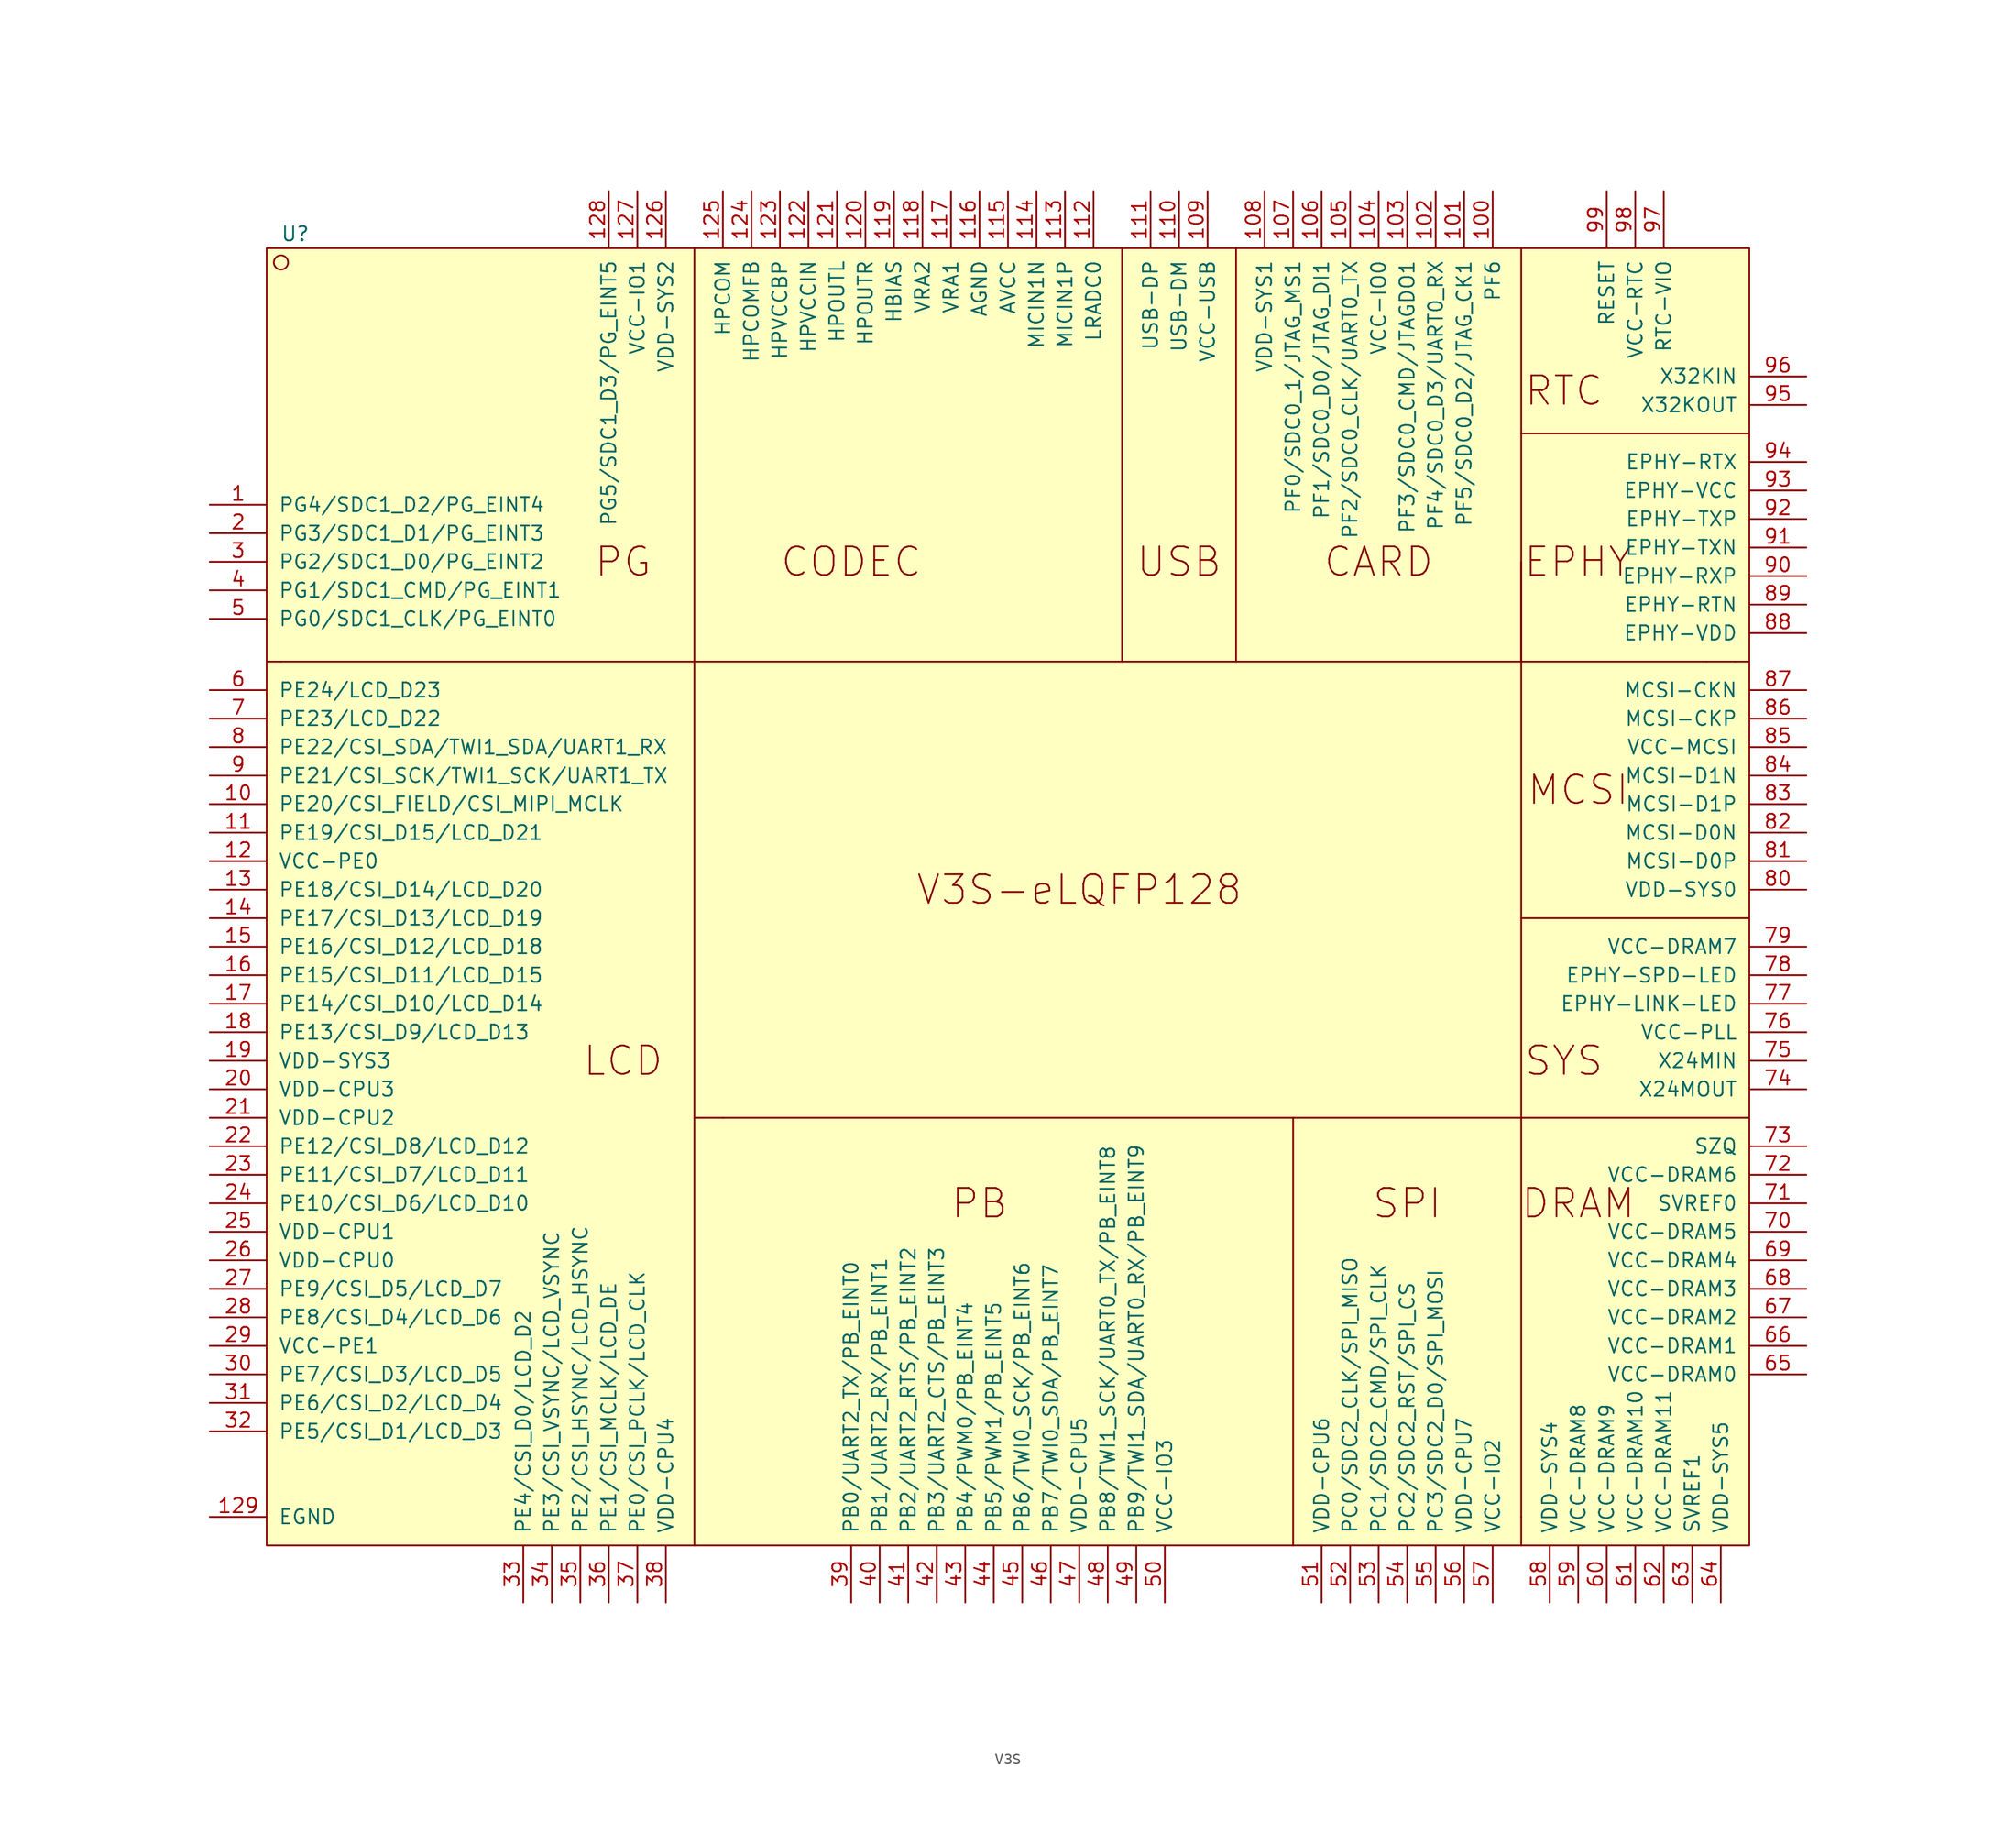
<source format=kicad_sym>
(kicad_symbol_lib
  (version 20201005)
  (generator kicad_symbol_editor)
  (symbol "xfdr0805:V3S"
    (pin_names
      (offset 1.016))
    (property "Reference" "U"
      (at -63.5 60.96 0)
      (effects (font (size 1.27 1.27))))
    (symbol "V3S_0_0"
      (text "CARD" (at 33.02 31.75 0) (effects (font (size 2.54 2.54))))
      (text "CODEC" (at -13.97 31.75 0) (effects (font (size 2.54 2.54))))
      (text "DRAM" (at 50.8 -25.4 0) (effects (font (size 2.54 2.54))))
      (text "EPHY" (at 50.8 31.75 0) (effects (font (size 2.54 2.54))))
      (text "LCD" (at -34.29 -12.7 0) (effects (font (size 2.54 2.54))))
      (text "MCSI" (at 50.8 11.43 0) (effects (font (size 2.54 2.54))))
      (text "PB" (at -2.54 -25.4 0) (effects (font (size 2.54 2.54))))
      (text "PG" (at -34.29 31.75 0) (effects (font (size 2.54 2.54))))
      (text "RTC" (at 49.53 46.99 0) (effects (font (size 2.54 2.54))))
      (text "SPI" (at 35.56 -25.4 0) (effects (font (size 2.54 2.54))))
      (text "SYS" (at 49.53 -12.7 0) (effects (font (size 2.54 2.54))))
      (text "USB" (at 15.24 31.75 0) (effects (font (size 2.54 2.54))))
      (text "V3S-eLQFP128" (at 6.35 2.54 0) (effects (font (size 2.54 2.54))))
      (polyline (pts (xy -64.77 22.86) (xy -66.04 22.86)) (stroke (width 0)) (fill (type none)))
      (polyline (pts (xy -64.77 22.86) (xy 62.23 22.86)) (stroke (width 0)) (fill (type none)))
      (polyline (pts (xy -27.94 -55.88) (xy -27.94 59.69)) (stroke (width 0)) (fill (type none)))
      (polyline (pts (xy -25.4 -17.78) (xy -27.94 -17.78)) (stroke (width 0)) (fill (type none)))
      (polyline (pts (xy 10.16 59.69) (xy 10.16 22.86)) (stroke (width 0)) (fill (type none)))
      (polyline (pts (xy 20.32 59.69) (xy 20.32 22.86)) (stroke (width 0)) (fill (type none)))
      (polyline (pts (xy 45.72 -17.78) (xy -25.4 -17.78)) (stroke (width 0)) (fill (type none)))
      (polyline (pts (xy 45.72 59.69) (xy 45.72 22.86)) (stroke (width 0)) (fill (type none)))
      (polyline (pts (xy 62.23 22.86) (xy 64.77 22.86)) (stroke (width 0)) (fill (type none))))
    (symbol "V3S_0_1"
      (circle (center -64.77 58.42) (radius 0.635) (stroke (width 0)) (fill (type none)))
      (rectangle (start -66.04 59.69) (end 66.04 -55.88) (stroke (width 0)) (fill (type background)))
      (polyline (pts (xy 25.4 -55.88) (xy 25.4 -17.78)) (stroke (width 0)) (fill (type none)))
      (polyline (pts (xy 45.72 -53.34) (xy 45.72 -55.88)) (stroke (width 0)) (fill (type none)))
      (polyline (pts (xy 45.72 31.75) (xy 45.72 -53.34)) (stroke (width 0)) (fill (type none)))
      (polyline (pts (xy 64.77 22.86) (xy 66.04 22.86)) (stroke (width 0)) (fill (type none)))
      (polyline (pts (xy 66.04 -17.78) (xy 45.72 -17.78)) (stroke (width 0)) (fill (type none)))
      (polyline (pts (xy 66.04 0) (xy 45.72 0)) (stroke (width 0)) (fill (type none)))
      (polyline (pts (xy 66.04 43.18) (xy 45.72 43.18)) (stroke (width 0)) (fill (type none))))
    (symbol "V3S_1_1"
      (pin bidirectional line (at -71.12 36.83 0) (length 5.08) (name "PG4/SDC1_D2/PG_EINT4" (effects (font (size 1.27 1.27)))) (number "1" (effects (font (size 1.27 1.27)))))
      (pin bidirectional line (at -71.12 10.16 0) (length 5.08) (name "PE20/CSI_FIELD/CSI_MIPI_MCLK" (effects (font (size 1.27 1.27)))) (number "10" (effects (font (size 1.27 1.27)))))
      (pin bidirectional line (at 43.18 64.77 270) (length 5.08) (name "PF6" (effects (font (size 1.27 1.27)))) (number "100" (effects (font (size 1.27 1.27)))))
      (pin bidirectional line (at 40.64 64.77 270) (length 5.08) (name "PF5/SDC0_D2/JTAG_CK1" (effects (font (size 1.27 1.27)))) (number "101" (effects (font (size 1.27 1.27)))))
      (pin bidirectional line (at 38.1 64.77 270) (length 5.08) (name "PF4/SDC0_D3/UART0_RX" (effects (font (size 1.27 1.27)))) (number "102" (effects (font (size 1.27 1.27)))))
      (pin bidirectional line (at 35.56 64.77 270) (length 5.08) (name "PF3/SDC0_CMD/JTAGDO1" (effects (font (size 1.27 1.27)))) (number "103" (effects (font (size 1.27 1.27)))))
      (pin power_in line (at 33.02 64.77 270) (length 5.08) (name "VCC-IO0" (effects (font (size 1.27 1.27)))) (number "104" (effects (font (size 1.27 1.27)))))
      (pin bidirectional line (at 30.48 64.77 270) (length 5.08) (name "PF2/SDC0_CLK/UART0_TX" (effects (font (size 1.27 1.27)))) (number "105" (effects (font (size 1.27 1.27)))))
      (pin bidirectional line (at 27.94 64.77 270) (length 5.08) (name "PF1/SDC0_D0/JTAG_DI1" (effects (font (size 1.27 1.27)))) (number "106" (effects (font (size 1.27 1.27)))))
      (pin bidirectional line (at 25.4 64.77 270) (length 5.08) (name "PF0/SDC0_1/JTAG_MS1" (effects (font (size 1.27 1.27)))) (number "107" (effects (font (size 1.27 1.27)))))
      (pin power_in line (at 22.86 64.77 270) (length 5.08) (name "VDD-SYS1" (effects (font (size 1.27 1.27)))) (number "108" (effects (font (size 1.27 1.27)))))
      (pin power_in line (at 17.78 64.77 270) (length 5.08) (name "VCC-USB" (effects (font (size 1.27 1.27)))) (number "109" (effects (font (size 1.27 1.27)))))
      (pin bidirectional line (at -71.12 7.62 0) (length 5.08) (name "PE19/CSI_D15/LCD_D21" (effects (font (size 1.27 1.27)))) (number "11" (effects (font (size 1.27 1.27)))))
      (pin bidirectional line (at 15.24 64.77 270) (length 5.08) (name "USB-DM" (effects (font (size 1.27 1.27)))) (number "110" (effects (font (size 1.27 1.27)))))
      (pin bidirectional line (at 12.7 64.77 270) (length 5.08) (name "USB-DP" (effects (font (size 1.27 1.27)))) (number "111" (effects (font (size 1.27 1.27)))))
      (pin input line (at 7.62 64.77 270) (length 5.08) (name "LRADC0" (effects (font (size 1.27 1.27)))) (number "112" (effects (font (size 1.27 1.27)))))
      (pin input line (at 5.08 64.77 270) (length 5.08) (name "MICIN1P" (effects (font (size 1.27 1.27)))) (number "113" (effects (font (size 1.27 1.27)))))
      (pin input line (at 2.54 64.77 270) (length 5.08) (name "MICIN1N" (effects (font (size 1.27 1.27)))) (number "114" (effects (font (size 1.27 1.27)))))
      (pin power_in line (at 0 64.77 270) (length 5.08) (name "AVCC" (effects (font (size 1.27 1.27)))) (number "115" (effects (font (size 1.27 1.27)))))
      (pin power_in line (at -2.54 64.77 270) (length 5.08) (name "AGND" (effects (font (size 1.27 1.27)))) (number "116" (effects (font (size 1.27 1.27)))))
      (pin power_in line (at -5.08 64.77 270) (length 5.08) (name "VRA1" (effects (font (size 1.27 1.27)))) (number "117" (effects (font (size 1.27 1.27)))))
      (pin power_in line (at -7.62 64.77 270) (length 5.08) (name "VRA2" (effects (font (size 1.27 1.27)))) (number "118" (effects (font (size 1.27 1.27)))))
      (pin power_in line (at -10.16 64.77 270) (length 5.08) (name "HBIAS" (effects (font (size 1.27 1.27)))) (number "119" (effects (font (size 1.27 1.27)))))
      (pin power_in line (at -71.12 5.08 0) (length 5.08) (name "VCC-PE0" (effects (font (size 1.27 1.27)))) (number "12" (effects (font (size 1.27 1.27)))))
      (pin output line (at -12.7 64.77 270) (length 5.08) (name "HPOUTR" (effects (font (size 1.27 1.27)))) (number "120" (effects (font (size 1.27 1.27)))))
      (pin output line (at -15.24 64.77 270) (length 5.08) (name "HPOUTL" (effects (font (size 1.27 1.27)))) (number "121" (effects (font (size 1.27 1.27)))))
      (pin power_in line (at -17.78 64.77 270) (length 5.08) (name "HPVCCIN" (effects (font (size 1.27 1.27)))) (number "122" (effects (font (size 1.27 1.27)))))
      (pin power_in line (at -20.32 64.77 270) (length 5.08) (name "HPVCCBP" (effects (font (size 1.27 1.27)))) (number "123" (effects (font (size 1.27 1.27)))))
      (pin power_in line (at -22.86 64.77 270) (length 5.08) (name "HPCOMFB" (effects (font (size 1.27 1.27)))) (number "124" (effects (font (size 1.27 1.27)))))
      (pin power_in line (at -25.4 64.77 270) (length 5.08) (name "HPCOM" (effects (font (size 1.27 1.27)))) (number "125" (effects (font (size 1.27 1.27)))))
      (pin power_in line (at -30.48 64.77 270) (length 5.08) (name "VDD-SYS2" (effects (font (size 1.27 1.27)))) (number "126" (effects (font (size 1.27 1.27)))))
      (pin power_in line (at -33.02 64.77 270) (length 5.08) (name "VCC-IO1" (effects (font (size 1.27 1.27)))) (number "127" (effects (font (size 1.27 1.27)))))
      (pin bidirectional line (at -35.56 64.77 270) (length 5.08) (name "PG5/SDC1_D3/PG_EINT5" (effects (font (size 1.27 1.27)))) (number "128" (effects (font (size 1.27 1.27)))))
      (pin power_in line (at -71.12 -53.34 0) (length 5.08) (name "EGND" (effects (font (size 1.27 1.27)))) (number "129" (effects (font (size 1.27 1.27)))))
      (pin bidirectional line (at -71.12 2.54 0) (length 5.08) (name "PE18/CSI_D14/LCD_D20" (effects (font (size 1.27 1.27)))) (number "13" (effects (font (size 1.27 1.27)))))
      (pin bidirectional line (at -71.12 0 0) (length 5.08) (name "PE17/CSI_D13/LCD_D19" (effects (font (size 1.27 1.27)))) (number "14" (effects (font (size 1.27 1.27)))))
      (pin bidirectional line (at -71.12 -2.54 0) (length 5.08) (name "PE16/CSI_D12/LCD_D18" (effects (font (size 1.27 1.27)))) (number "15" (effects (font (size 1.27 1.27)))))
      (pin bidirectional line (at -71.12 -5.08 0) (length 5.08) (name "PE15/CSI_D11/LCD_D15" (effects (font (size 1.27 1.27)))) (number "16" (effects (font (size 1.27 1.27)))))
      (pin bidirectional line (at -71.12 -7.62 0) (length 5.08) (name "PE14/CSI_D10/LCD_D14" (effects (font (size 1.27 1.27)))) (number "17" (effects (font (size 1.27 1.27)))))
      (pin bidirectional line (at -71.12 -10.16 0) (length 5.08) (name "PE13/CSI_D9/LCD_D13" (effects (font (size 1.27 1.27)))) (number "18" (effects (font (size 1.27 1.27)))))
      (pin power_in line (at -71.12 -12.7 0) (length 5.08) (name "VDD-SYS3" (effects (font (size 1.27 1.27)))) (number "19" (effects (font (size 1.27 1.27)))))
      (pin bidirectional line (at -71.12 34.29 0) (length 5.08) (name "PG3/SDC1_D1/PG_EINT3" (effects (font (size 1.27 1.27)))) (number "2" (effects (font (size 1.27 1.27)))))
      (pin power_in line (at -71.12 -15.24 0) (length 5.08) (name "VDD-CPU3" (effects (font (size 1.27 1.27)))) (number "20" (effects (font (size 1.27 1.27)))))
      (pin power_in line (at -71.12 -17.78 0) (length 5.08) (name "VDD-CPU2" (effects (font (size 1.27 1.27)))) (number "21" (effects (font (size 1.27 1.27)))))
      (pin bidirectional line (at -71.12 -20.32 0) (length 5.08) (name "PE12/CSI_D8/LCD_D12" (effects (font (size 1.27 1.27)))) (number "22" (effects (font (size 1.27 1.27)))))
      (pin bidirectional line (at -71.12 -22.86 0) (length 5.08) (name "PE11/CSI_D7/LCD_D11" (effects (font (size 1.27 1.27)))) (number "23" (effects (font (size 1.27 1.27)))))
      (pin bidirectional line (at -71.12 -25.4 0) (length 5.08) (name "PE10/CSI_D6/LCD_D10" (effects (font (size 1.27 1.27)))) (number "24" (effects (font (size 1.27 1.27)))))
      (pin power_in line (at -71.12 -27.94 0) (length 5.08) (name "VDD-CPU1" (effects (font (size 1.27 1.27)))) (number "25" (effects (font (size 1.27 1.27)))))
      (pin power_in line (at -71.12 -30.48 0) (length 5.08) (name "VDD-CPU0" (effects (font (size 1.27 1.27)))) (number "26" (effects (font (size 1.27 1.27)))))
      (pin bidirectional line (at -71.12 -33.02 0) (length 5.08) (name "PE9/CSI_D5/LCD_D7" (effects (font (size 1.27 1.27)))) (number "27" (effects (font (size 1.27 1.27)))))
      (pin bidirectional line (at -71.12 -35.56 0) (length 5.08) (name "PE8/CSI_D4/LCD_D6" (effects (font (size 1.27 1.27)))) (number "28" (effects (font (size 1.27 1.27)))))
      (pin power_in line (at -71.12 -38.1 0) (length 5.08) (name "VCC-PE1" (effects (font (size 1.27 1.27)))) (number "29" (effects (font (size 1.27 1.27)))))
      (pin bidirectional line (at -71.12 31.75 0) (length 5.08) (name "PG2/SDC1_D0/PG_EINT2" (effects (font (size 1.27 1.27)))) (number "3" (effects (font (size 1.27 1.27)))))
      (pin bidirectional line (at -71.12 -40.64 0) (length 5.08) (name "PE7/CSI_D3/LCD_D5" (effects (font (size 1.27 1.27)))) (number "30" (effects (font (size 1.27 1.27)))))
      (pin bidirectional line (at -71.12 -43.18 0) (length 5.08) (name "PE6/CSI_D2/LCD_D4" (effects (font (size 1.27 1.27)))) (number "31" (effects (font (size 1.27 1.27)))))
      (pin bidirectional line (at -71.12 -45.72 0) (length 5.08) (name "PE5/CSI_D1/LCD_D3" (effects (font (size 1.27 1.27)))) (number "32" (effects (font (size 1.27 1.27)))))
      (pin bidirectional line (at -43.18 -60.96 90) (length 5.08) (name "PE4/CSI_D0/LCD_D2" (effects (font (size 1.27 1.27)))) (number "33" (effects (font (size 1.27 1.27)))))
      (pin bidirectional line (at -40.64 -60.96 90) (length 5.08) (name "PE3/CSI_VSYNC/LCD_VSYNC" (effects (font (size 1.27 1.27)))) (number "34" (effects (font (size 1.27 1.27)))))
      (pin bidirectional line (at -38.1 -60.96 90) (length 5.08) (name "PE2/CSI_HSYNC/LCD_HSYNC" (effects (font (size 1.27 1.27)))) (number "35" (effects (font (size 1.27 1.27)))))
      (pin bidirectional line (at -35.56 -60.96 90) (length 5.08) (name "PE1/CSI_MCLK/LCD_DE" (effects (font (size 1.27 1.27)))) (number "36" (effects (font (size 1.27 1.27)))))
      (pin bidirectional line (at -33.02 -60.96 90) (length 5.08) (name "PE0/CSI_PCLK/LCD_CLK" (effects (font (size 1.27 1.27)))) (number "37" (effects (font (size 1.27 1.27)))))
      (pin power_in line (at -30.48 -60.96 90) (length 5.08) (name "VDD-CPU4" (effects (font (size 1.27 1.27)))) (number "38" (effects (font (size 1.27 1.27)))))
      (pin bidirectional line (at -13.97 -60.96 90) (length 5.08) (name "PB0/UART2_TX/PB_EINT0" (effects (font (size 1.27 1.27)))) (number "39" (effects (font (size 1.27 1.27)))))
      (pin bidirectional line (at -71.12 29.21 0) (length 5.08) (name "PG1/SDC1_CMD/PG_EINT1" (effects (font (size 1.27 1.27)))) (number "4" (effects (font (size 1.27 1.27)))))
      (pin bidirectional line (at -11.43 -60.96 90) (length 5.08) (name "PB1/UART2_RX/PB_EINT1" (effects (font (size 1.27 1.27)))) (number "40" (effects (font (size 1.27 1.27)))))
      (pin bidirectional line (at -8.89 -60.96 90) (length 5.08) (name "PB2/UART2_RTS/PB_EINT2" (effects (font (size 1.27 1.27)))) (number "41" (effects (font (size 1.27 1.27)))))
      (pin bidirectional line (at -6.35 -60.96 90) (length 5.08) (name "PB3/UART2_CTS/PB_EINT3" (effects (font (size 1.27 1.27)))) (number "42" (effects (font (size 1.27 1.27)))))
      (pin bidirectional line (at -3.81 -60.96 90) (length 5.08) (name "PB4/PWM0/PB_EINT4" (effects (font (size 1.27 1.27)))) (number "43" (effects (font (size 1.27 1.27)))))
      (pin bidirectional line (at -1.27 -60.96 90) (length 5.08) (name "PB5/PWM1/PB_EINT5" (effects (font (size 1.27 1.27)))) (number "44" (effects (font (size 1.27 1.27)))))
      (pin bidirectional line (at 1.27 -60.96 90) (length 5.08) (name "PB6/TWI0_SCK/PB_EINT6" (effects (font (size 1.27 1.27)))) (number "45" (effects (font (size 1.27 1.27)))))
      (pin bidirectional line (at 3.81 -60.96 90) (length 5.08) (name "PB7/TWI0_SDA/PB_EINT7" (effects (font (size 1.27 1.27)))) (number "46" (effects (font (size 1.27 1.27)))))
      (pin power_in line (at 6.35 -60.96 90) (length 5.08) (name "VDD-CPU5" (effects (font (size 1.27 1.27)))) (number "47" (effects (font (size 1.27 1.27)))))
      (pin bidirectional line (at 8.89 -60.96 90) (length 5.08) (name "PB8/TWI1_SCK/UART0_TX/PB_EINT8" (effects (font (size 1.27 1.27)))) (number "48" (effects (font (size 1.27 1.27)))))
      (pin bidirectional line (at 11.43 -60.96 90) (length 5.08) (name "PB9/TWI1_SDA/UART0_RX/PB_EINT9" (effects (font (size 1.27 1.27)))) (number "49" (effects (font (size 1.27 1.27)))))
      (pin bidirectional line (at -71.12 26.67 0) (length 5.08) (name "PG0/SDC1_CLK/PG_EINT0" (effects (font (size 1.27 1.27)))) (number "5" (effects (font (size 1.27 1.27)))))
      (pin power_in line (at 13.97 -60.96 90) (length 5.08) (name "VCC-IO3" (effects (font (size 1.27 1.27)))) (number "50" (effects (font (size 1.27 1.27)))))
      (pin power_in line (at 27.94 -60.96 90) (length 5.08) (name "VDD-CPU6" (effects (font (size 1.27 1.27)))) (number "51" (effects (font (size 1.27 1.27)))))
      (pin bidirectional line (at 30.48 -60.96 90) (length 5.08) (name "PC0/SDC2_CLK/SPI_MISO" (effects (font (size 1.27 1.27)))) (number "52" (effects (font (size 1.27 1.27)))))
      (pin bidirectional line (at 33.02 -60.96 90) (length 5.08) (name "PC1/SDC2_CMD/SPI_CLK" (effects (font (size 1.27 1.27)))) (number "53" (effects (font (size 1.27 1.27)))))
      (pin bidirectional line (at 35.56 -60.96 90) (length 5.08) (name "PC2/SDC2_RST/SPI_CS" (effects (font (size 1.27 1.27)))) (number "54" (effects (font (size 1.27 1.27)))))
      (pin bidirectional line (at 38.1 -60.96 90) (length 5.08) (name "PC3/SDC2_D0/SPI_MOSI" (effects (font (size 1.27 1.27)))) (number "55" (effects (font (size 1.27 1.27)))))
      (pin power_in line (at 40.64 -60.96 90) (length 5.08) (name "VDD-CPU7" (effects (font (size 1.27 1.27)))) (number "56" (effects (font (size 1.27 1.27)))))
      (pin power_in line (at 43.18 -60.96 90) (length 5.08) (name "VCC-IO2" (effects (font (size 1.27 1.27)))) (number "57" (effects (font (size 1.27 1.27)))))
      (pin power_in line (at 48.26 -60.96 90) (length 5.08) (name "VDD-SYS4" (effects (font (size 1.27 1.27)))) (number "58" (effects (font (size 1.27 1.27)))))
      (pin power_in line (at 50.8 -60.96 90) (length 5.08) (name "VCC-DRAM8" (effects (font (size 1.27 1.27)))) (number "59" (effects (font (size 1.27 1.27)))))
      (pin bidirectional line (at -71.12 20.32 0) (length 5.08) (name "PE24/LCD_D23" (effects (font (size 1.27 1.27)))) (number "6" (effects (font (size 1.27 1.27)))))
      (pin power_in line (at 53.34 -60.96 90) (length 5.08) (name "VCC-DRAM9" (effects (font (size 1.27 1.27)))) (number "60" (effects (font (size 1.27 1.27)))))
      (pin power_in line (at 55.88 -60.96 90) (length 5.08) (name "VCC-DRAM10" (effects (font (size 1.27 1.27)))) (number "61" (effects (font (size 1.27 1.27)))))
      (pin power_in line (at 58.42 -60.96 90) (length 5.08) (name "VCC-DRAM11" (effects (font (size 1.27 1.27)))) (number "62" (effects (font (size 1.27 1.27)))))
      (pin power_in line (at 60.96 -60.96 90) (length 5.08) (name "SVREF1" (effects (font (size 1.27 1.27)))) (number "63" (effects (font (size 1.27 1.27)))))
      (pin power_in line (at 63.5 -60.96 90) (length 5.08) (name "VDD-SYS5" (effects (font (size 1.27 1.27)))) (number "64" (effects (font (size 1.27 1.27)))))
      (pin power_in line (at 71.12 -40.64 180) (length 5.08) (name "VCC-DRAM0" (effects (font (size 1.27 1.27)))) (number "65" (effects (font (size 1.27 1.27)))))
      (pin power_in line (at 71.12 -38.1 180) (length 5.08) (name "VCC-DRAM1" (effects (font (size 1.27 1.27)))) (number "66" (effects (font (size 1.27 1.27)))))
      (pin power_in line (at 71.12 -35.56 180) (length 5.08) (name "VCC-DRAM2" (effects (font (size 1.27 1.27)))) (number "67" (effects (font (size 1.27 1.27)))))
      (pin power_in line (at 71.12 -33.02 180) (length 5.08) (name "VCC-DRAM3" (effects (font (size 1.27 1.27)))) (number "68" (effects (font (size 1.27 1.27)))))
      (pin power_in line (at 71.12 -30.48 180) (length 5.08) (name "VCC-DRAM4" (effects (font (size 1.27 1.27)))) (number "69" (effects (font (size 1.27 1.27)))))
      (pin bidirectional line (at -71.12 17.78 0) (length 5.08) (name "PE23/LCD_D22" (effects (font (size 1.27 1.27)))) (number "7" (effects (font (size 1.27 1.27)))))
      (pin power_in line (at 71.12 -27.94 180) (length 5.08) (name "VCC-DRAM5" (effects (font (size 1.27 1.27)))) (number "70" (effects (font (size 1.27 1.27)))))
      (pin power_in line (at 71.12 -25.4 180) (length 5.08) (name "SVREF0" (effects (font (size 1.27 1.27)))) (number "71" (effects (font (size 1.27 1.27)))))
      (pin power_in line (at 71.12 -22.86 180) (length 5.08) (name "VCC-DRAM6" (effects (font (size 1.27 1.27)))) (number "72" (effects (font (size 1.27 1.27)))))
      (pin power_in line (at 71.12 -20.32 180) (length 5.08) (name "SZQ" (effects (font (size 1.27 1.27)))) (number "73" (effects (font (size 1.27 1.27)))))
      (pin output line (at 71.12 -15.24 180) (length 5.08) (name "X24MOUT" (effects (font (size 1.27 1.27)))) (number "74" (effects (font (size 1.27 1.27)))))
      (pin input line (at 71.12 -12.7 180) (length 5.08) (name "X24MIN" (effects (font (size 1.27 1.27)))) (number "75" (effects (font (size 1.27 1.27)))))
      (pin power_in line (at 71.12 -10.16 180) (length 5.08) (name "VCC-PLL" (effects (font (size 1.27 1.27)))) (number "76" (effects (font (size 1.27 1.27)))))
      (pin output line (at 71.12 -7.62 180) (length 5.08) (name "EPHY-LINK-LED" (effects (font (size 1.27 1.27)))) (number "77" (effects (font (size 1.27 1.27)))))
      (pin output line (at 71.12 -5.08 180) (length 5.08) (name "EPHY-SPD-LED" (effects (font (size 1.27 1.27)))) (number "78" (effects (font (size 1.27 1.27)))))
      (pin power_in line (at 71.12 -2.54 180) (length 5.08) (name "VCC-DRAM7" (effects (font (size 1.27 1.27)))) (number "79" (effects (font (size 1.27 1.27)))))
      (pin bidirectional line (at -71.12 15.24 0) (length 5.08) (name "PE22/CSI_SDA/TWI1_SDA/UART1_RX" (effects (font (size 1.27 1.27)))) (number "8" (effects (font (size 1.27 1.27)))))
      (pin power_in line (at 71.12 2.54 180) (length 5.08) (name "VDD-SYS0" (effects (font (size 1.27 1.27)))) (number "80" (effects (font (size 1.27 1.27)))))
      (pin bidirectional line (at 71.12 5.08 180) (length 5.08) (name "MCSI-D0P" (effects (font (size 1.27 1.27)))) (number "81" (effects (font (size 1.27 1.27)))))
      (pin bidirectional line (at 71.12 7.62 180) (length 5.08) (name "MCSI-D0N" (effects (font (size 1.27 1.27)))) (number "82" (effects (font (size 1.27 1.27)))))
      (pin bidirectional line (at 71.12 10.16 180) (length 5.08) (name "MCSI-D1P" (effects (font (size 1.27 1.27)))) (number "83" (effects (font (size 1.27 1.27)))))
      (pin bidirectional line (at 71.12 12.7 180) (length 5.08) (name "MCSI-D1N" (effects (font (size 1.27 1.27)))) (number "84" (effects (font (size 1.27 1.27)))))
      (pin power_in line (at 71.12 15.24 180) (length 5.08) (name "VCC-MCSI" (effects (font (size 1.27 1.27)))) (number "85" (effects (font (size 1.27 1.27)))))
      (pin bidirectional line (at 71.12 17.78 180) (length 5.08) (name "MCSI-CKP" (effects (font (size 1.27 1.27)))) (number "86" (effects (font (size 1.27 1.27)))))
      (pin bidirectional line (at 71.12 20.32 180) (length 5.08) (name "MCSI-CKN" (effects (font (size 1.27 1.27)))) (number "87" (effects (font (size 1.27 1.27)))))
      (pin power_in line (at 71.12 25.4 180) (length 5.08) (name "EPHY-VDD" (effects (font (size 1.27 1.27)))) (number "88" (effects (font (size 1.27 1.27)))))
      (pin bidirectional line (at 71.12 27.94 180) (length 5.08) (name "EPHY-RTN" (effects (font (size 1.27 1.27)))) (number "89" (effects (font (size 1.27 1.27)))))
      (pin bidirectional line (at -71.12 12.7 0) (length 5.08) (name "PE21/CSI_SCK/TWI1_SCK/UART1_TX" (effects (font (size 1.27 1.27)))) (number "9" (effects (font (size 1.27 1.27)))))
      (pin bidirectional line (at 71.12 30.48 180) (length 5.08) (name "EPHY-RXP" (effects (font (size 1.27 1.27)))) (number "90" (effects (font (size 1.27 1.27)))))
      (pin bidirectional line (at 71.12 33.02 180) (length 5.08) (name "EPHY-TXN" (effects (font (size 1.27 1.27)))) (number "91" (effects (font (size 1.27 1.27)))))
      (pin bidirectional line (at 71.12 35.56 180) (length 5.08) (name "EPHY-TXP" (effects (font (size 1.27 1.27)))) (number "92" (effects (font (size 1.27 1.27)))))
      (pin power_in line (at 71.12 38.1 180) (length 5.08) (name "EPHY-VCC" (effects (font (size 1.27 1.27)))) (number "93" (effects (font (size 1.27 1.27)))))
      (pin bidirectional line (at 71.12 40.64 180) (length 5.08) (name "EPHY-RTX" (effects (font (size 1.27 1.27)))) (number "94" (effects (font (size 1.27 1.27)))))
      (pin output line (at 71.12 45.72 180) (length 5.08) (name "X32KOUT" (effects (font (size 1.27 1.27)))) (number "95" (effects (font (size 1.27 1.27)))))
      (pin input line (at 71.12 48.26 180) (length 5.08) (name "X32KIN" (effects (font (size 1.27 1.27)))) (number "96" (effects (font (size 1.27 1.27)))))
      (pin power_in line (at 58.42 64.77 270) (length 5.08) (name "RTC-VIO" (effects (font (size 1.27 1.27)))) (number "97" (effects (font (size 1.27 1.27)))))
      (pin power_in line (at 55.88 64.77 270) (length 5.08) (name "VCC-RTC" (effects (font (size 1.27 1.27)))) (number "98" (effects (font (size 1.27 1.27)))))
      (pin input line (at 53.34 64.77 270) (length 5.08) (name "RESET" (effects (font (size 1.27 1.27)))) (number "99" (effects (font (size 1.27 1.27))))))))
</source>
